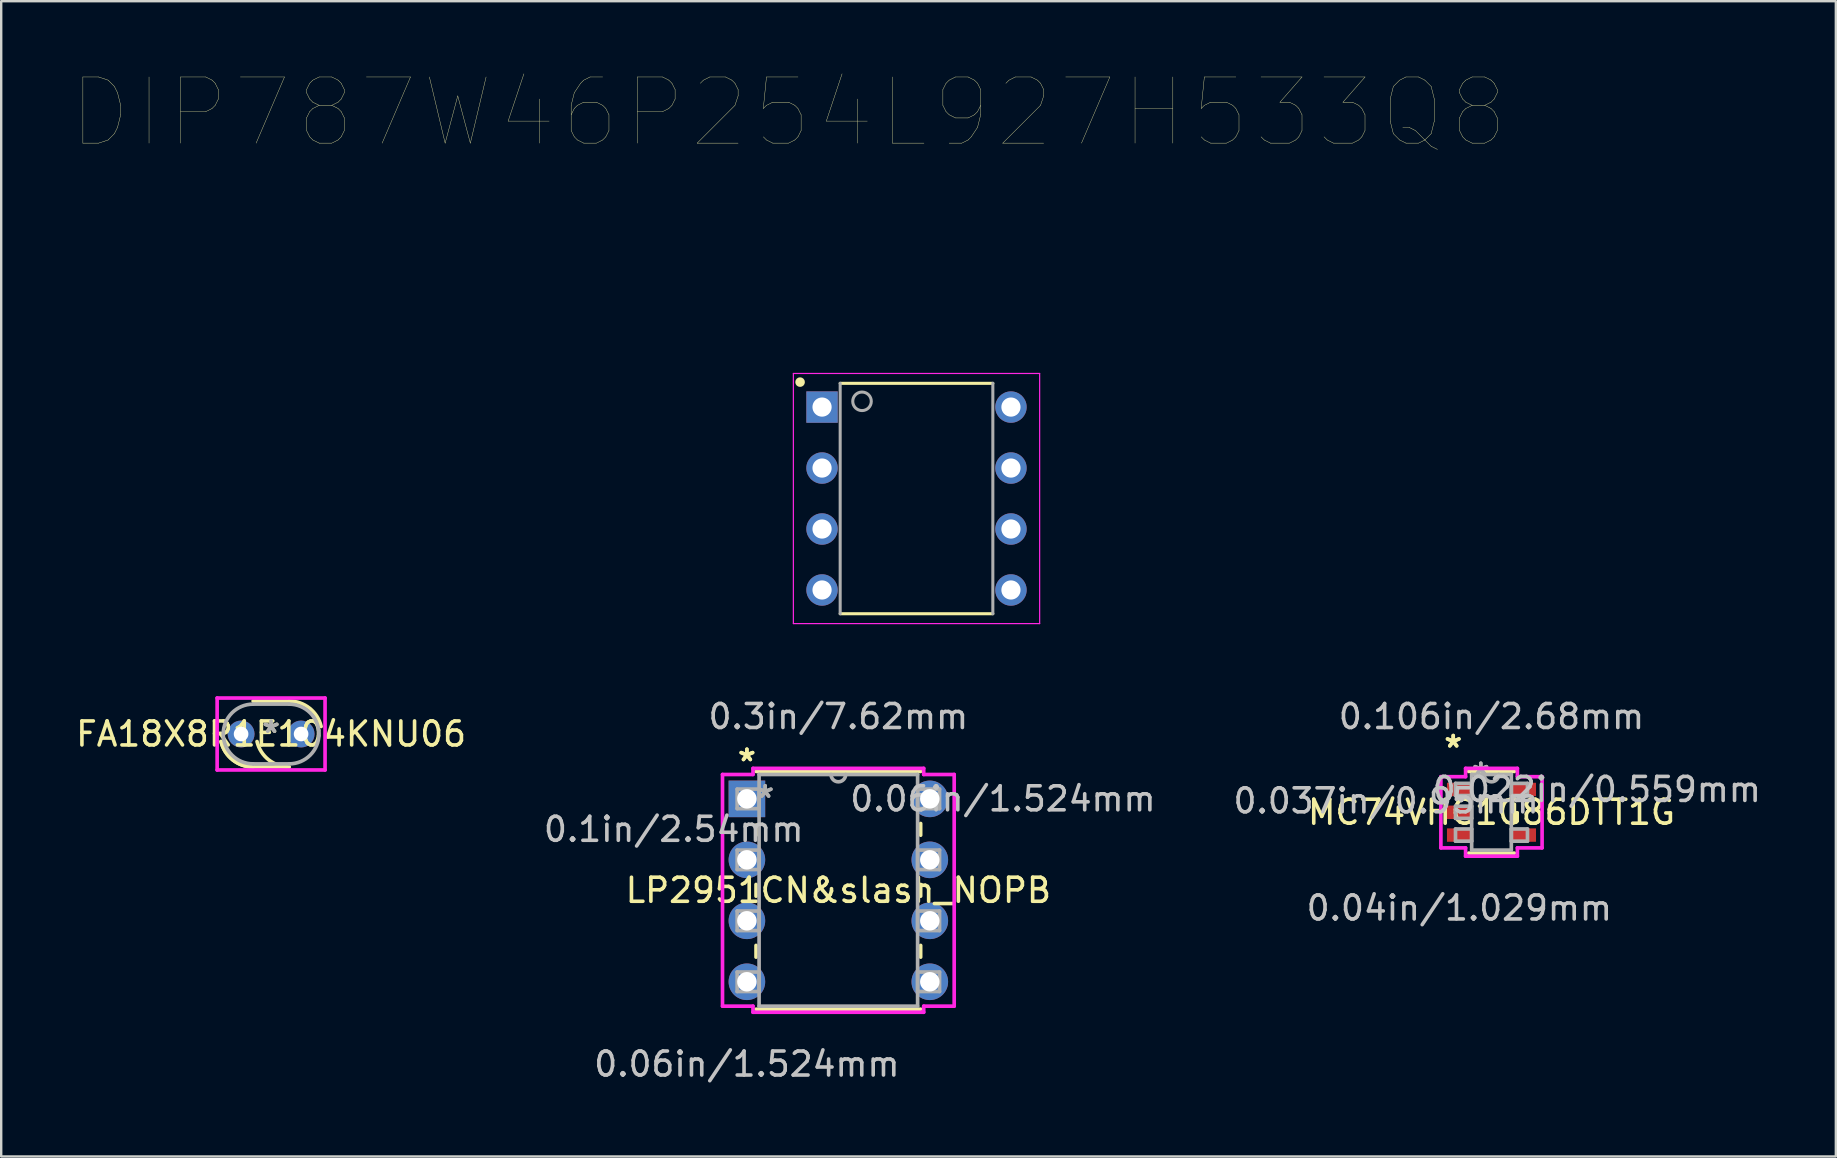
<source format=kicad_pcb>
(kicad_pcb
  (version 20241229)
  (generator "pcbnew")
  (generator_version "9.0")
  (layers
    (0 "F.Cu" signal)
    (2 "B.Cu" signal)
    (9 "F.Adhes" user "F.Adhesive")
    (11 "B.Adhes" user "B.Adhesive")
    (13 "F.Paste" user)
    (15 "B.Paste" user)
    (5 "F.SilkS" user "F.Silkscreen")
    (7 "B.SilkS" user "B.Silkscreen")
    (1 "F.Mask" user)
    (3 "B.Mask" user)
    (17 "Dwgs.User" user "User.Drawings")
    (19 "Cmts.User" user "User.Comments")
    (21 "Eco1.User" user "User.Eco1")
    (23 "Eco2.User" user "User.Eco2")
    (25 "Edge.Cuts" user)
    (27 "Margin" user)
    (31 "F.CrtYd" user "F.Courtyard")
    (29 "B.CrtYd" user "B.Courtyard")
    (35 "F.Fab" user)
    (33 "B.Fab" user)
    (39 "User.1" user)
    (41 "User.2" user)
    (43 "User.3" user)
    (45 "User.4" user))
  (footprint "FA18X8R1E104KNU06"
    (layer "F.Cu")
    (at 8.244 27.529)
    (property "Reference" "FA18X8R1E104KNU06" (at 0 0 0) (layer "F.SilkS") (effects (font (size 1 1) (thickness 0.15))))
    (attr through_hole)
    (fp_line (start -0.749 -1.372) (end 0.749 -1.372) (stroke (width 0.152) (type solid)) (layer "F.SilkS"))
    (fp_line (start -0.749 1.372) (end 0.749 1.372) (stroke (width 0.152) (type solid)) (layer "F.SilkS"))
    (fp_arc (start -0.7493 1.3716) (mid -1.601118 1.075032) (end -2.084574 0.313575) (stroke (width 0.1524) (type solid)) (layer "F.SilkS"))
    (fp_arc (start -0.7493 1.3716) (mid -1.601118 1.075032) (end -2.084574 0.313575) (stroke (width 0.1524) (type solid)) (layer "F.SilkS"))
    (fp_arc (start 0.7493 -1.3716) (mid 1.601118 -1.075032) (end 2.084574 -0.313575) (stroke (width 0.1524) (type solid)) (layer "F.SilkS"))
    (fp_arc (start 0.7493 1.3716) (mid -0.102518 1.075032) (end -0.585974 0.313575) (stroke (width 0.1524) (type solid)) (layer "F.SilkS"))
    (fp_line (start -2.248 -1.499) (end 2.248 -1.499) (stroke (width 0.152) (type solid)) (layer "F.CrtYd"))
    (fp_line (start -2.248 1.499) (end -2.248 -1.499) (stroke (width 0.152) (type solid)) (layer "F.CrtYd"))
    (fp_line (start 2.248 -1.499) (end 2.248 1.499) (stroke (width 0.152) (type solid)) (layer "F.CrtYd"))
    (fp_line (start 2.248 1.499) (end -2.248 1.499) (stroke (width 0.152) (type solid)) (layer "F.CrtYd"))
    (fp_line (start -0.749 -1.245) (end 0.749 -1.245) (stroke (width 0.152) (type solid)) (layer "F.Fab"))
    (fp_line (start -0.749 1.245) (end 0.749 1.245) (stroke (width 0.152) (type solid)) (layer "F.Fab"))
    (fp_arc (start -0.7493 1.2446) (mid -1.9939 0) (end -0.7493 -1.2446) (stroke (width 0.1524) (type solid)) (layer "F.Fab"))
    (fp_arc (start 0.7493 -1.2446) (mid 1.9939 0) (end 0.7493 1.2446) (stroke (width 0.1524) (type solid)) (layer "F.Fab"))
    (fp_text user "*" (at 0 0 0) (layer "F.SilkS") (effects (font (size 1 1) (thickness 0.15))))
    (fp_text user "Copyright 2016 Accelerated Designs. All rights reserved." (at 0 0 0) (layer "Cmts.User") (effects (font (size 0.127 0.127) (thickness 0.002))))
    (fp_text user "*" (at 0 0 0) (layer "F.Fab") (effects (font (size 1 1) (thickness 0.15))))
    (pad "1" thru_hole circle (at -1.25 0) (size 1.118 1.118) (drill 0.61) (layers "*.Cu" "*.Mask"))
    (pad "2" thru_hole circle (at 1.25 0) (size 1.118 1.118) (drill 0.61) (layers "*.Cu" "*.Mask")))
  (footprint "LP2951CN&slash_NOPB"
    (layer "F.Cu")
    (at 28.066 30.231)
    (property "Reference" "LP2951CN&slash_NOPB" (at 3.81 3.81 0) (layer "F.SilkS") (effects (font (size 1 1) (thickness 0.15))))
    (attr through_hole)
    (fp_line (start 0.381 1.095) (end 0.381 1.514) (stroke (width 0.152) (type solid)) (layer "F.SilkS"))
    (fp_line (start 0.381 3.566) (end 0.381 4.054) (stroke (width 0.152) (type solid)) (layer "F.SilkS"))
    (fp_line (start 0.381 6.106) (end 0.381 6.594) (stroke (width 0.152) (type solid)) (layer "F.SilkS"))
    (fp_line (start 0.381 8.763) (end 7.239 8.763) (stroke (width 0.152) (type solid)) (layer "F.SilkS"))
    (fp_line (start 7.239 -1.143) (end 0.381 -1.143) (stroke (width 0.152) (type solid)) (layer "F.SilkS"))
    (fp_line (start 7.239 1.514) (end 7.239 1.026) (stroke (width 0.152) (type solid)) (layer "F.SilkS"))
    (fp_line (start 7.239 4.054) (end 7.239 3.566) (stroke (width 0.152) (type solid)) (layer "F.SilkS"))
    (fp_line (start 7.239 6.594) (end 7.239 6.106) (stroke (width 0.152) (type solid)) (layer "F.SilkS"))
    (fp_line (start -1.016 -1.016) (end -1.016 8.636) (stroke (width 0.152) (type solid)) (layer "F.CrtYd"))
    (fp_line (start -1.016 8.636) (end 0.254 8.636) (stroke (width 0.152) (type solid)) (layer "F.CrtYd"))
    (fp_line (start 0.254 -1.27) (end 0.254 -1.016) (stroke (width 0.152) (type solid)) (layer "F.CrtYd"))
    (fp_line (start 0.254 -1.016) (end -1.016 -1.016) (stroke (width 0.152) (type solid)) (layer "F.CrtYd"))
    (fp_line (start 0.254 8.636) (end 0.254 8.89) (stroke (width 0.152) (type solid)) (layer "F.CrtYd"))
    (fp_line (start 0.254 8.89) (end 7.366 8.89) (stroke (width 0.152) (type solid)) (layer "F.CrtYd"))
    (fp_line (start 7.366 -1.27) (end 0.254 -1.27) (stroke (width 0.152) (type solid)) (layer "F.CrtYd"))
    (fp_line (start 7.366 -1.016) (end 7.366 -1.27) (stroke (width 0.152) (type solid)) (layer "F.CrtYd"))
    (fp_line (start 7.366 8.636) (end 8.636 8.636) (stroke (width 0.152) (type solid)) (layer "F.CrtYd"))
    (fp_line (start 7.366 8.89) (end 7.366 8.636) (stroke (width 0.152) (type solid)) (layer "F.CrtYd"))
    (fp_line (start 8.636 -1.016) (end 7.366 -1.016) (stroke (width 0.152) (type solid)) (layer "F.CrtYd"))
    (fp_line (start 8.636 8.636) (end 8.636 -1.016) (stroke (width 0.152) (type solid)) (layer "F.CrtYd"))
    (fp_line (start -0.406 -0.406) (end -0.406 0.406) (stroke (width 0.152) (type solid)) (layer "F.Fab"))
    (fp_line (start -0.406 0.406) (end 0.508 0.406) (stroke (width 0.152) (type solid)) (layer "F.Fab"))
    (fp_line (start -0.406 2.134) (end -0.406 2.946) (stroke (width 0.152) (type solid)) (layer "F.Fab"))
    (fp_line (start -0.406 2.946) (end 0.508 2.946) (stroke (width 0.152) (type solid)) (layer "F.Fab"))
    (fp_line (start -0.406 4.674) (end -0.406 5.486) (stroke (width 0.152) (type solid)) (layer "F.Fab"))
    (fp_line (start -0.406 5.486) (end 0.508 5.486) (stroke (width 0.152) (type solid)) (layer "F.Fab"))
    (fp_line (start -0.406 7.214) (end -0.406 8.026) (stroke (width 0.152) (type solid)) (layer "F.Fab"))
    (fp_line (start -0.406 8.026) (end 0.508 8.026) (stroke (width 0.152) (type solid)) (layer "F.Fab"))
    (fp_line (start 0.508 -1.016) (end 0.508 8.636) (stroke (width 0.152) (type solid)) (layer "F.Fab"))
    (fp_line (start 0.508 -0.406) (end -0.406 -0.406) (stroke (width 0.152) (type solid)) (layer "F.Fab"))
    (fp_line (start 0.508 0.406) (end 0.508 -0.406) (stroke (width 0.152) (type solid)) (layer "F.Fab"))
    (fp_line (start 0.508 2.134) (end -0.406 2.134) (stroke (width 0.152) (type solid)) (layer "F.Fab"))
    (fp_line (start 0.508 2.946) (end 0.508 2.134) (stroke (width 0.152) (type solid)) (layer "F.Fab"))
    (fp_line (start 0.508 4.674) (end -0.406 4.674) (stroke (width 0.152) (type solid)) (layer "F.Fab"))
    (fp_line (start 0.508 5.486) (end 0.508 4.674) (stroke (width 0.152) (type solid)) (layer "F.Fab"))
    (fp_line (start 0.508 7.214) (end -0.406 7.214) (stroke (width 0.152) (type solid)) (layer "F.Fab"))
    (fp_line (start 0.508 8.026) (end 0.508 7.214) (stroke (width 0.152) (type solid)) (layer "F.Fab"))
    (fp_line (start 0.508 8.636) (end 7.112 8.636) (stroke (width 0.152) (type solid)) (layer "F.Fab"))
    (fp_line (start 7.112 -1.016) (end 0.508 -1.016) (stroke (width 0.152) (type solid)) (layer "F.Fab"))
    (fp_line (start 7.112 -0.406) (end 7.112 0.406) (stroke (width 0.152) (type solid)) (layer "F.Fab"))
    (fp_line (start 7.112 0.406) (end 8.026 0.406) (stroke (width 0.152) (type solid)) (layer "F.Fab"))
    (fp_line (start 7.112 2.134) (end 7.112 2.946) (stroke (width 0.152) (type solid)) (layer "F.Fab"))
    (fp_line (start 7.112 2.946) (end 8.026 2.946) (stroke (width 0.152) (type solid)) (layer "F.Fab"))
    (fp_line (start 7.112 4.674) (end 7.112 5.486) (stroke (width 0.152) (type solid)) (layer "F.Fab"))
    (fp_line (start 7.112 5.486) (end 8.026 5.486) (stroke (width 0.152) (type solid)) (layer "F.Fab"))
    (fp_line (start 7.112 7.214) (end 7.112 8.026) (stroke (width 0.152) (type solid)) (layer "F.Fab"))
    (fp_line (start 7.112 8.026) (end 8.026 8.026) (stroke (width 0.152) (type solid)) (layer "F.Fab"))
    (fp_line (start 7.112 8.636) (end 7.112 -1.016) (stroke (width 0.152) (type solid)) (layer "F.Fab"))
    (fp_line (start 8.026 -0.406) (end 7.112 -0.406) (stroke (width 0.152) (type solid)) (layer "F.Fab"))
    (fp_line (start 8.026 0.406) (end 8.026 -0.406) (stroke (width 0.152) (type solid)) (layer "F.Fab"))
    (fp_line (start 8.026 2.134) (end 7.112 2.134) (stroke (width 0.152) (type solid)) (layer "F.Fab"))
    (fp_line (start 8.026 2.946) (end 8.026 2.134) (stroke (width 0.152) (type solid)) (layer "F.Fab"))
    (fp_line (start 8.026 4.674) (end 7.112 4.674) (stroke (width 0.152) (type solid)) (layer "F.Fab"))
    (fp_line (start 8.026 5.486) (end 8.026 4.674) (stroke (width 0.152) (type solid)) (layer "F.Fab"))
    (fp_line (start 8.026 7.214) (end 7.112 7.214) (stroke (width 0.152) (type solid)) (layer "F.Fab"))
    (fp_line (start 8.026 8.026) (end 8.026 7.214) (stroke (width 0.152) (type solid)) (layer "F.Fab"))
    (fp_arc (start 4.1148 -1.016) (mid 3.81 -0.7112) (end 3.5052 -1.016) (stroke (width 0.1524) (type solid)) (layer "F.Fab"))
    (fp_text user "*" (at 0 -1.524 0) (layer "F.SilkS") (effects (font (size 1 1) (thickness 0.15))))
    (fp_text user "*" (at 0 -1.524 0) (layer "F.SilkS") (effects (font (size 1 1) (thickness 0.15))))
    (fp_text user "0.06in/1.524mm" (at 0 11.049 0) (layer "Dwgs.User") (effects (font (size 1 1) (thickness 0.15))))
    (fp_text user "0.06in/1.524mm" (at 10.668 0 0) (layer "Dwgs.User") (effects (font (size 1 1) (thickness 0.15))))
    (fp_text user "0.1in/2.54mm" (at -3.048 1.27 0) (layer "Dwgs.User") (effects (font (size 1 1) (thickness 0.15))))
    (fp_text user "0.3in/7.62mm" (at 3.81 -3.429 0) (layer "Dwgs.User") (effects (font (size 1 1) (thickness 0.15))))
    (fp_text user "Copyright 2016 Accelerated Designs. All rights reserved." (at 0 0 0) (layer "Cmts.User") (effects (font (size 0.127 0.127) (thickness 0.002))))
    (fp_text user "*" (at 0.762 0 0) (layer "F.Fab") (effects (font (size 1 1) (thickness 0.15))))
    (fp_text user "*" (at 0.762 0 0) (layer "F.Fab") (effects (font (size 1 1) (thickness 0.15))))
    (pad "1" thru_hole rect (at 0 0) (size 1.524 1.524) (drill 0.813) (layers "*.Cu" "*.Mask"))
    (pad "2" thru_hole circle (at 0 2.54) (size 1.524 1.524) (drill 0.813) (layers "*.Cu" "*.Mask"))
    (pad "3" thru_hole circle (at 0 5.08) (size 1.524 1.524) (drill 0.813) (layers "*.Cu" "*.Mask"))
    (pad "4" thru_hole circle (at 0 7.62) (size 1.524 1.524) (drill 0.813) (layers "*.Cu" "*.Mask"))
    (pad "5" thru_hole circle (at 7.62 7.62) (size 1.524 1.524) (drill 0.813) (layers "*.Cu" "*.Mask"))
    (pad "6" thru_hole circle (at 7.62 5.08) (size 1.524 1.524) (drill 0.813) (layers "*.Cu" "*.Mask"))
    (pad "7" thru_hole circle (at 7.62 2.54) (size 1.524 1.524) (drill 0.813) (layers "*.Cu" "*.Mask"))
    (pad "8" thru_hole circle (at 7.62 0) (size 1.524 1.524) (drill 0.813) (layers "*.Cu" "*.Mask")))
  (footprint "MC74VHC1G86DTT1G"
    (layer "F.Cu")
    (at 59.086 30.79)
    (property "Reference" "MC74VHC1G86DTT1G" (at 0 0 0) (layer "F.SilkS") (effects (font (size 1 1) (thickness 0.15))))
    (attr through_hole)
    (fp_line (start -0.953 1.702) (end 0.953 1.702) (stroke (width 0.152) (type solid)) (layer "F.SilkS"))
    (fp_line (start 0.953 -1.702) (end -0.953 -1.702) (stroke (width 0.152) (type solid)) (layer "F.SilkS"))
    (fp_line (start 0.953 0.338) (end 0.953 -0.338) (stroke (width 0.152) (type solid)) (layer "F.SilkS"))
    (fp_line (start -2.108 -1.483) (end -1.079 -1.483) (stroke (width 0.152) (type solid)) (layer "F.CrtYd"))
    (fp_line (start -2.108 1.483) (end -2.108 -1.483) (stroke (width 0.152) (type solid)) (layer "F.CrtYd"))
    (fp_line (start -1.079 -1.829) (end 1.079 -1.829) (stroke (width 0.152) (type solid)) (layer "F.CrtYd"))
    (fp_line (start -1.079 -1.483) (end -1.079 -1.829) (stroke (width 0.152) (type solid)) (layer "F.CrtYd"))
    (fp_line (start -1.079 1.483) (end -2.108 1.483) (stroke (width 0.152) (type solid)) (layer "F.CrtYd"))
    (fp_line (start -1.079 1.829) (end -1.079 1.483) (stroke (width 0.152) (type solid)) (layer "F.CrtYd"))
    (fp_line (start 1.079 -1.829) (end 1.079 -1.483) (stroke (width 0.152) (type solid)) (layer "F.CrtYd"))
    (fp_line (start 1.079 -1.483) (end 2.108 -1.483) (stroke (width 0.152) (type solid)) (layer "F.CrtYd"))
    (fp_line (start 1.079 1.483) (end 1.079 1.829) (stroke (width 0.152) (type solid)) (layer "F.CrtYd"))
    (fp_line (start 1.079 1.829) (end -1.079 1.829) (stroke (width 0.152) (type solid)) (layer "F.CrtYd"))
    (fp_line (start 2.108 -1.483) (end 2.108 1.483) (stroke (width 0.152) (type solid)) (layer "F.CrtYd"))
    (fp_line (start 2.108 1.483) (end 1.079 1.483) (stroke (width 0.152) (type solid)) (layer "F.CrtYd"))
    (fp_line (start -1.499 -1.204) (end -1.499 -0.696) (stroke (width 0.152) (type solid)) (layer "F.Fab"))
    (fp_line (start -1.499 -0.696) (end -0.826 -0.696) (stroke (width 0.152) (type solid)) (layer "F.Fab"))
    (fp_line (start -1.499 -0.254) (end -1.499 0.254) (stroke (width 0.152) (type solid)) (layer "F.Fab"))
    (fp_line (start -1.499 0.254) (end -0.826 0.254) (stroke (width 0.152) (type solid)) (layer "F.Fab"))
    (fp_line (start -1.499 0.696) (end -1.499 1.204) (stroke (width 0.152) (type solid)) (layer "F.Fab"))
    (fp_line (start -1.499 1.204) (end -0.826 1.204) (stroke (width 0.152) (type solid)) (layer "F.Fab"))
    (fp_line (start -0.826 -1.575) (end -0.826 1.575) (stroke (width 0.152) (type solid)) (layer "F.Fab"))
    (fp_line (start -0.826 -1.204) (end -1.499 -1.204) (stroke (width 0.152) (type solid)) (layer "F.Fab"))
    (fp_line (start -0.826 -0.696) (end -0.826 -1.204) (stroke (width 0.152) (type solid)) (layer "F.Fab"))
    (fp_line (start -0.826 -0.254) (end -1.499 -0.254) (stroke (width 0.152) (type solid)) (layer "F.Fab"))
    (fp_line (start -0.826 0.254) (end -0.826 -0.254) (stroke (width 0.152) (type solid)) (layer "F.Fab"))
    (fp_line (start -0.826 0.696) (end -1.499 0.696) (stroke (width 0.152) (type solid)) (layer "F.Fab"))
    (fp_line (start -0.826 1.204) (end -0.826 0.696) (stroke (width 0.152) (type solid)) (layer "F.Fab"))
    (fp_line (start -0.826 1.575) (end 0.826 1.575) (stroke (width 0.152) (type solid)) (layer "F.Fab"))
    (fp_line (start 0.826 -1.575) (end -0.826 -1.575) (stroke (width 0.152) (type solid)) (layer "F.Fab"))
    (fp_line (start 0.826 -1.204) (end 0.826 -0.696) (stroke (width 0.152) (type solid)) (layer "F.Fab"))
    (fp_line (start 0.826 -0.696) (end 1.499 -0.696) (stroke (width 0.152) (type solid)) (layer "F.Fab"))
    (fp_line (start 0.826 0.696) (end 0.826 1.204) (stroke (width 0.152) (type solid)) (layer "F.Fab"))
    (fp_line (start 0.826 1.204) (end 1.499 1.204) (stroke (width 0.152) (type solid)) (layer "F.Fab"))
    (fp_line (start 0.826 1.575) (end 0.826 -1.575) (stroke (width 0.152) (type solid)) (layer "F.Fab"))
    (fp_line (start 1.499 -1.204) (end 0.826 -1.204) (stroke (width 0.152) (type solid)) (layer "F.Fab"))
    (fp_line (start 1.499 -0.696) (end 1.499 -1.204) (stroke (width 0.152) (type solid)) (layer "F.Fab"))
    (fp_line (start 1.499 0.696) (end 0.826 0.696) (stroke (width 0.152) (type solid)) (layer "F.Fab"))
    (fp_line (start 1.499 1.204) (end 1.499 0.696) (stroke (width 0.152) (type solid)) (layer "F.Fab"))
    (fp_arc (start 0.3048 -1.5748) (mid 0 -1.27) (end -0.3048 -1.5748) (stroke (width 0.1524) (type solid)) (layer "F.Fab"))
    (fp_text user "*" (at -1.594 -2.652 0) (layer "F.SilkS") (effects (font (size 1 1) (thickness 0.15))))
    (fp_text user "*" (at -1.594 -2.652 0) (layer "F.SilkS") (effects (font (size 1 1) (thickness 0.15))))
    (fp_text user "0.106in/2.68mm" (at 0 -3.988 0) (layer "Dwgs.User") (effects (font (size 1 1) (thickness 0.15))))
    (fp_text user "0.04in/1.029mm" (at -1.34 3.988 0) (layer "Dwgs.User") (effects (font (size 1 1) (thickness 0.15))))
    (fp_text user "0.037in/0.95mm" (at -4.388 -0.475 0) (layer "Dwgs.User") (effects (font (size 1 1) (thickness 0.15))))
    (fp_text user "0.022in/0.559mm" (at 4.388 -0.95 0) (layer "Dwgs.User") (effects (font (size 1 1) (thickness 0.15))))
    (fp_text user "Copyright 2016 Accelerated Designs. All rights reserved." (at 0 0 0) (layer "Cmts.User") (effects (font (size 0.127 0.127) (thickness 0.002))))
    (fp_text user "*" (at -0.445 -1.499 0) (layer "F.Fab") (effects (font (size 1 1) (thickness 0.15))))
    (fp_text user "*" (at -0.445 -1.499 0) (layer "F.Fab") (effects (font (size 1 1) (thickness 0.15))))
    (pad "1" smd rect (at -1.34 -0.95) (size 1.029 0.559) (layers "F.Cu" "F.Mask" "F.Paste"))
    (pad "2" smd rect (at -1.34 0) (size 1.029 0.559) (layers "F.Cu" "F.Mask" "F.Paste"))
    (pad "3" smd rect (at -1.34 0.95) (size 1.029 0.559) (layers "F.Cu" "F.Mask" "F.Paste"))
    (pad "4" smd rect (at 1.34 0.95) (size 1.029 0.559) (layers "F.Cu" "F.Mask" "F.Paste"))
    (pad "5" smd rect (at 1.34 -0.95) (size 1.029 0.559) (layers "F.Cu" "F.Mask" "F.Paste")))
  (footprint "DIP787W46P254L927H533Q8"
    (layer "F.Cu")
    (at 35.132 17.719)
    (property "Reference" "DIP787W46P254L927H533Q8" (at -5.332 -16.08 0) (layer "F.SilkS") (effects (font (size 2.756 2.756) (thickness 0.015))))
    (attr through_hole)
    (fp_line (start -3.18 -4.8) (end 3.18 -4.8) (stroke (width 0.127) (type solid)) (layer "F.SilkS"))
    (fp_line (start 3.18 4.8) (end -3.18 4.8) (stroke (width 0.127) (type solid)) (layer "F.SilkS"))
    (fp_circle (center -4.85 -4.85) (end -4.75 -4.85) (stroke (width 0.2) (type solid)) (fill no) (layer "F.SilkS"))
    (fp_line (start -5.13 -5.21) (end -5.13 5.21) (stroke (width 0.05) (type solid)) (layer "F.CrtYd"))
    (fp_line (start -5.13 5.21) (end 5.13 5.21) (stroke (width 0.05) (type solid)) (layer "F.CrtYd"))
    (fp_line (start 5.13 -5.21) (end -5.13 -5.21) (stroke (width 0.05) (type solid)) (layer "F.CrtYd"))
    (fp_line (start 5.13 5.21) (end 5.13 -5.21) (stroke (width 0.05) (type solid)) (layer "F.CrtYd"))
    (fp_line (start -3.18 4.8) (end -3.18 -4.8) (stroke (width 0.127) (type solid)) (layer "F.Fab"))
    (fp_line (start 3.18 -4.8) (end 3.18 4.8) (stroke (width 0.127) (type solid)) (layer "F.Fab"))
    (fp_circle (center -2.27 -4.05) (end -1.884 -4.05) (stroke (width 0.127) (type solid)) (fill no) (layer "F.Fab"))
    (pad "1" thru_hole rect (at -3.935 -3.81) (size 1.308 1.308) (drill 0.8) (layers "*.Cu" "*.Mask"))
    (pad "2" thru_hole circle (at -3.935 -1.27) (size 1.308 1.308) (drill 0.8) (layers "*.Cu" "*.Mask"))
    (pad "3" thru_hole circle (at -3.935 1.27) (size 1.308 1.308) (drill 0.8) (layers "*.Cu" "*.Mask"))
    (pad "4" thru_hole circle (at -3.935 3.81) (size 1.308 1.308) (drill 0.8) (layers "*.Cu" "*.Mask"))
    (pad "5" thru_hole circle (at 3.935 3.81) (size 1.308 1.308) (drill 0.8) (layers "*.Cu" "*.Mask"))
    (pad "6" thru_hole circle (at 3.935 1.27) (size 1.308 1.308) (drill 0.8) (layers "*.Cu" "*.Mask"))
    (pad "7" thru_hole circle (at 3.935 -1.27) (size 1.308 1.308) (drill 0.8) (layers "*.Cu" "*.Mask"))
    (pad "8" thru_hole circle (at 3.935 -3.81) (size 1.308 1.308) (drill 0.8) (layers "*.Cu" "*.Mask")))
  (gr_rect
    (start -3 -3)
    (end 73.432 45.129)
    (stroke (width 0.1) (type default))
    (fill no)
    (layer "Edge.Cuts")))
</source>
